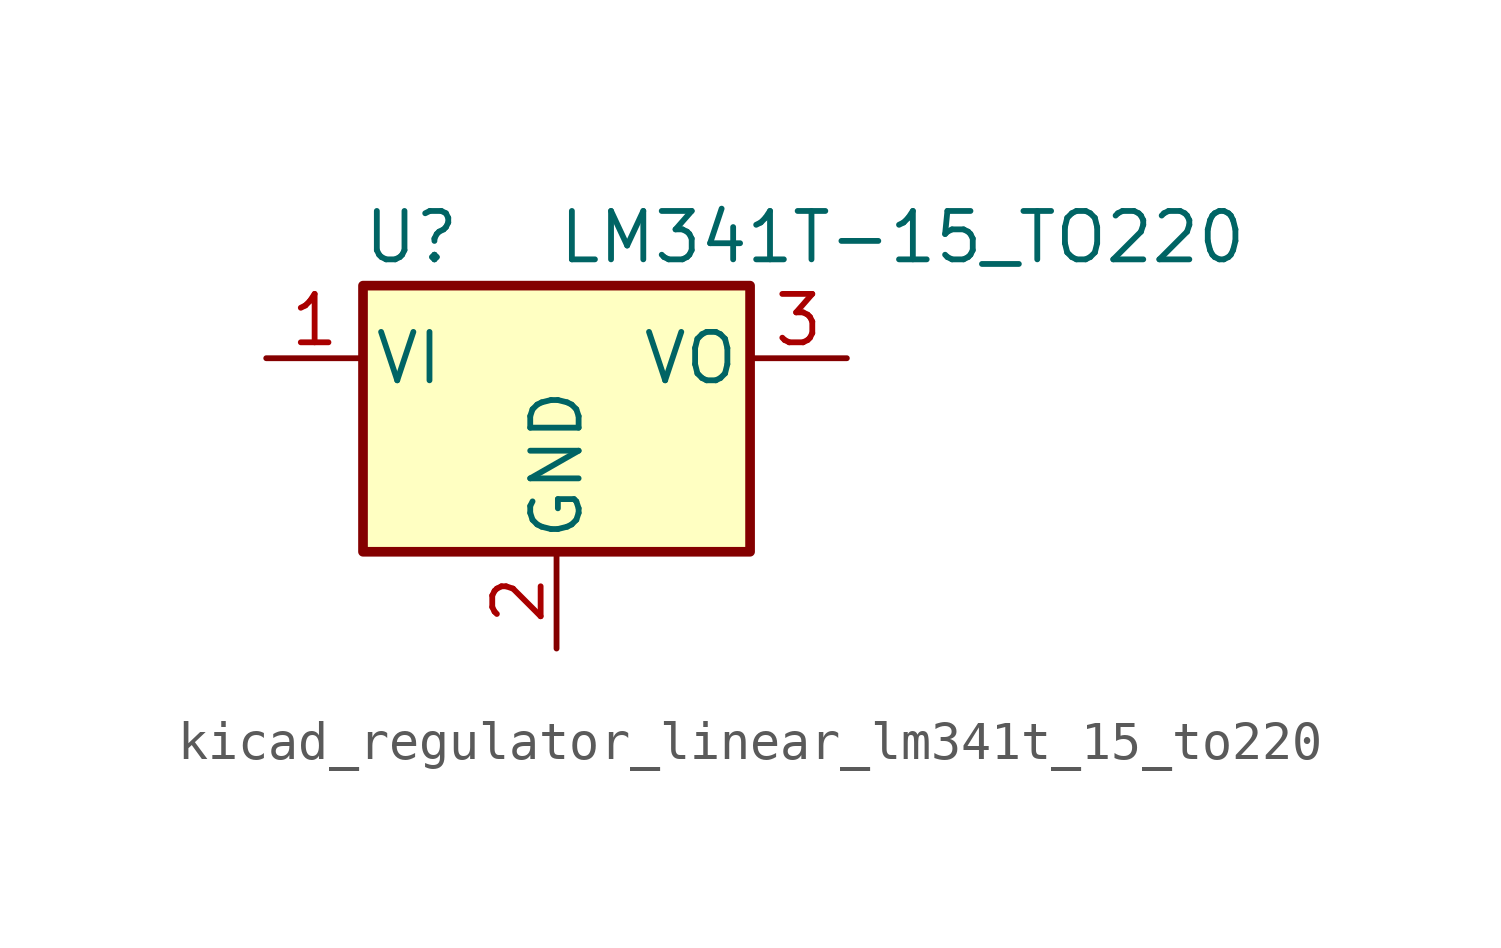
<source format=kicad_sym>
(kicad_symbol_lib
  (version 20220914)
  (generator kicad_symbol_editor)
  (symbol "kicad_regulator_linear_lm341t_15_to220"
    (pin_names
      (offset 0.254))
    (property "Reference" "U"
      (at -3.81 3.175 0)
      (effects (font (size 1.27 1.27))))
    (property "Value" "LM341T-15_TO220"
      (at 0 3.175 0)
      (effects (font (size 1.27 1.27)) (justify left)))
    (symbol "kicad_regulator_linear_lm341t_15_to220_0_1"
      (rectangle (start -5.08 1.905) (end 5.08 -5.08) (stroke (width 0.254) (type default)) (fill (type background))))
    (symbol "kicad_regulator_linear_lm341t_15_to220_1_1"
      (pin power_in line (at -7.62 0 0) (length 2.54) (name "VI" (effects (font (size 1.27 1.27)))) (number "1" (effects (font (size 1.27 1.27)))))
      (pin power_in line (at 0 -7.62 90) (length 2.54) (name "GND" (effects (font (size 1.27 1.27)))) (number "2" (effects (font (size 1.27 1.27)))))
      (pin power_out line (at 7.62 0 180) (length 2.54) (name "VO" (effects (font (size 1.27 1.27)))) (number "3" (effects (font (size 1.27 1.27))))))))
</source>
